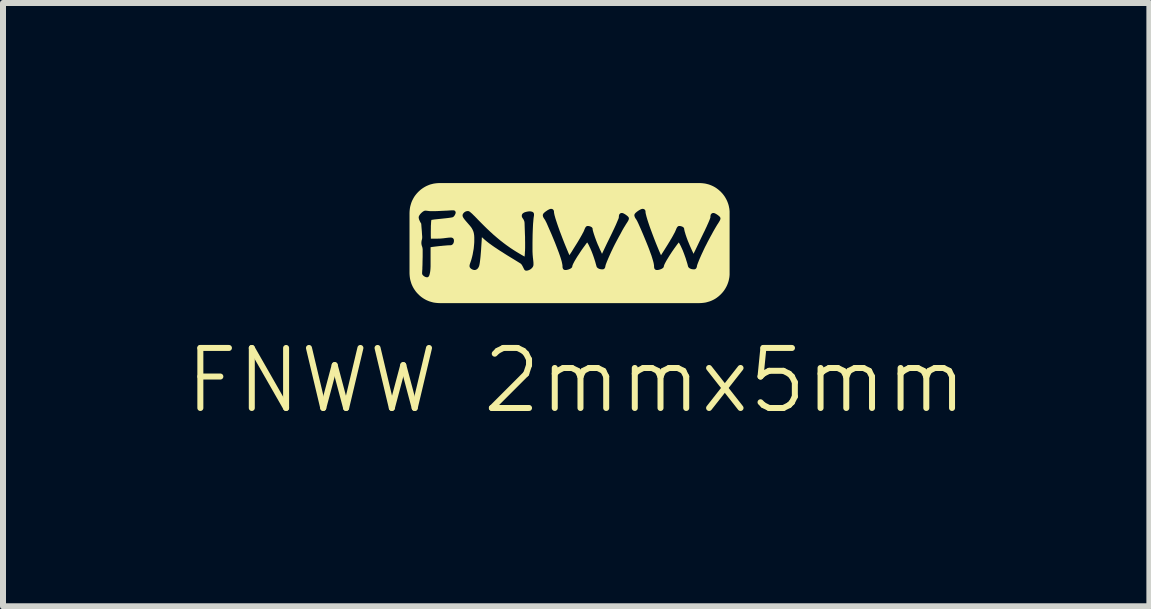
<source format=kicad_pcb>
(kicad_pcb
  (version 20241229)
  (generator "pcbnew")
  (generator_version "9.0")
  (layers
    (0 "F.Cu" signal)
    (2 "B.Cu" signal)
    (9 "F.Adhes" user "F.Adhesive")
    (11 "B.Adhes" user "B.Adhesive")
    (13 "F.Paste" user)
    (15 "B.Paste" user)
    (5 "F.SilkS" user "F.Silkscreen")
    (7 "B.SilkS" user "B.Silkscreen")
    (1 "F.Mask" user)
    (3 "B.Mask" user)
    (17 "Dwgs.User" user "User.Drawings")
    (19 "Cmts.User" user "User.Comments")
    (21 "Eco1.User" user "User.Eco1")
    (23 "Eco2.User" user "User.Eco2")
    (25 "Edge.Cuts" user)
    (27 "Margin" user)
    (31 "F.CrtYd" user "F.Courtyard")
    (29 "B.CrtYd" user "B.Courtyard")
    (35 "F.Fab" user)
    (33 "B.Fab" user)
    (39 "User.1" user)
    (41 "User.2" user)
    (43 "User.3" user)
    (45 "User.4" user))
  (footprint "FNWW 2mmx5mm"
    (layer "F.Cu")
    (at 6.49 2.25)
    (property "Reference" "FNWW 2mmx5mm" (at 0.06 1.04 0) (unlocked yes) (layer "F.SilkS") (effects (font (size 1 1) (thickness 0.1))))
    (fp_poly (pts (xy 2.142 -2.249) (xy 2.167 -2.247) (xy 2.192 -2.244) (xy 2.217 -2.24) (xy 2.241 -2.234) (xy 2.265 -2.228) (xy 2.288 -2.22) (xy 2.311 -2.211) (xy 2.333 -2.201) (xy 2.355 -2.19) (xy 2.376 -2.178) (xy 2.396 -2.165) (xy 2.415 -2.151) (xy 2.434 -2.136) (xy 2.452 -2.12) (xy 2.47 -2.104) (xy 2.486 -2.086) (xy 2.502 -2.068) (xy 2.517 -2.049) (xy 2.531 -2.03) (xy 2.544 -2.009) (xy 2.556 -1.988) (xy 2.567 -1.967) (xy 2.577 -1.945) (xy 2.586 -1.922) (xy 2.594 -1.899) (xy 2.601 -1.875) (xy 2.606 -1.851) (xy 2.611 -1.826) (xy 2.614 -1.801) (xy 2.616 -1.776) (xy 2.616 -1.75) (xy 2.616 -0.75) (xy 2.616 -0.724) (xy 2.614 -0.699) (xy 2.611 -0.674) (xy 2.606 -0.649) (xy 2.601 -0.625) (xy 2.594 -0.601) (xy 2.586 -0.578) (xy 2.577 -0.555) (xy 2.567 -0.533) (xy 2.556 -0.512) (xy 2.544 -0.491) (xy 2.531 -0.471) (xy 2.517 -0.451) (xy 2.502 -0.432) (xy 2.486 -0.414) (xy 2.47 -0.397) (xy 2.452 -0.38) (xy 2.434 -0.364) (xy 2.415 -0.349) (xy 2.396 -0.335) (xy 2.376 -0.322) (xy 2.355 -0.31) (xy 2.333 -0.299) (xy 2.311 -0.289) (xy 2.288 -0.28) (xy 2.265 -0.273) (xy 2.241 -0.266) (xy 2.217 -0.26) (xy 2.192 -0.256) (xy 2.167 -0.253) (xy 2.142 -0.251) (xy 2.116 -0.25) (xy -2.217 -0.25) (xy -2.243 -0.251) (xy -2.268 -0.253) (xy -2.293 -0.256) (xy -2.318 -0.26) (xy -2.342 -0.266) (xy -2.366 -0.273) (xy -2.389 -0.28) (xy -2.411 -0.289) (xy -2.434 -0.299) (xy -2.455 -0.31) (xy -2.476 -0.322) (xy -2.496 -0.335) (xy -2.516 -0.349) (xy -2.535 -0.364) (xy -2.553 -0.38) (xy -2.57 -0.397) (xy -2.587 -0.414) (xy -2.603 -0.432) (xy -2.618 -0.451) (xy -2.632 -0.471) (xy -2.645 -0.491) (xy -2.657 -0.512) (xy -2.668 -0.533) (xy -2.678 -0.555) (xy -2.687 -0.578) (xy -2.694 -0.601) (xy -2.701 -0.625) (xy -2.707 -0.649) (xy -2.711 -0.674) (xy -2.714 -0.699) (xy -2.716 -0.724) (xy -2.717 -0.75) (xy -2.717 -1.68) (xy -2.564 -1.68) (xy -2.564 -1.677) (xy -2.564 -1.674) (xy -2.564 -1.671) (xy -2.563 -1.668) (xy -2.563 -1.665) (xy -2.562 -1.662) (xy -2.562 -1.659) (xy -2.561 -1.656) (xy -2.56 -1.652) (xy -2.559 -1.649) (xy -2.558 -1.645) (xy -2.557 -1.641) (xy -2.555 -1.638) (xy -2.554 -1.634) (xy -2.552 -1.63) (xy -2.55 -1.626) (xy -2.547 -1.619) (xy -2.544 -1.613) (xy -2.541 -1.606) (xy -2.537 -1.6) (xy -2.534 -1.593) (xy -2.53 -1.586) (xy -2.526 -1.58) (xy -2.522 -1.573) (xy -2.52 -1.548) (xy -2.518 -1.519) (xy -2.515 -1.483) (xy -2.512 -1.449) (xy -2.51 -1.416) (xy -2.508 -1.386) (xy -2.507 -1.374) (xy -2.506 -1.364) (xy -2.506 -1.356) (xy -2.506 -1.35) (xy -2.506 -1.344) (xy -2.506 -1.338) (xy -2.506 -1.333) (xy -2.507 -1.327) (xy -2.508 -1.322) (xy -2.509 -1.317) (xy -2.51 -1.312) (xy -2.511 -1.307) (xy -2.513 -1.3) (xy -2.515 -1.294) (xy -2.516 -1.287) (xy -2.517 -1.281) (xy -2.518 -1.274) (xy -2.519 -1.267) (xy -2.519 -1.26) (xy -2.519 -1.252) (xy -2.519 -1.248) (xy -2.519 -1.243) (xy -2.519 -1.239) (xy -2.518 -1.235) (xy -2.518 -1.23) (xy -2.517 -1.226) (xy -2.516 -1.223) (xy -2.515 -1.219) (xy -2.515 -1.216) (xy -2.514 -1.212) (xy -2.513 -1.209) (xy -2.512 -1.206) (xy -2.511 -1.202) (xy -2.51 -1.199) (xy -2.509 -1.196) (xy -2.507 -1.192) (xy -2.506 -1.189) (xy -2.505 -1.186) (xy -2.505 -1.183) (xy -2.504 -1.18) (xy -2.503 -1.177) (xy -2.502 -1.174) (xy -2.501 -1.17) (xy -2.501 -1.167) (xy -2.5 -1.163) (xy -2.5 -1.159) (xy -2.499 -1.154) (xy -2.499 -1.15) (xy -2.498 -1.145) (xy -2.498 -1.139) (xy -2.498 -1.134) (xy -2.498 -1.128) (xy -2.498 -1.027) (xy -2.5 -0.948) (xy -2.501 -0.888) (xy -2.503 -0.841) (xy -2.503 -0.823) (xy -2.504 -0.807) (xy -2.505 -0.794) (xy -2.506 -0.783) (xy -2.506 -0.773) (xy -2.507 -0.763) (xy -2.507 -0.754) (xy -2.507 -0.745) (xy -2.507 -0.743) (xy -2.507 -0.741) (xy -2.507 -0.739) (xy -2.506 -0.737) (xy -2.506 -0.735) (xy -2.505 -0.733) (xy -2.505 -0.732) (xy -2.504 -0.73) (xy -2.503 -0.728) (xy -2.502 -0.726) (xy -2.501 -0.724) (xy -2.5 -0.722) (xy -2.499 -0.72) (xy -2.497 -0.718) (xy -2.496 -0.717) (xy -2.494 -0.715) (xy -2.492 -0.713) (xy -2.49 -0.711) (xy -2.488 -0.708) (xy -2.485 -0.706) (xy -2.483 -0.704) (xy -2.48 -0.702) (xy -2.478 -0.7) (xy -2.475 -0.698) (xy -2.472 -0.696) (xy -2.469 -0.694) (xy -2.466 -0.693) (xy -2.463 -0.691) (xy -2.46 -0.689) (xy -2.457 -0.688) (xy -2.454 -0.687) (xy -2.451 -0.685) (xy -2.447 -0.684) (xy -2.443 -0.683) (xy -2.44 -0.682) (xy -2.437 -0.681) (xy -2.433 -0.681) (xy -2.43 -0.68) (xy -2.429 -0.68) (xy -2.427 -0.68) (xy -2.426 -0.68) (xy -2.425 -0.68) (xy -2.422 -0.68) (xy -2.419 -0.68) (xy -2.417 -0.681) (xy -2.415 -0.681) (xy -2.414 -0.682) (xy -2.413 -0.682) (xy -2.411 -0.683) (xy -2.41 -0.683) (xy -2.409 -0.684) (xy -2.408 -0.685) (xy -2.406 -0.686) (xy -2.405 -0.687) (xy -2.404 -0.688) (xy -2.402 -0.689) (xy -2.401 -0.69) (xy -2.4 -0.691) (xy -2.399 -0.693) (xy -2.397 -0.694) (xy -2.396 -0.696) (xy -2.395 -0.697) (xy -2.394 -0.699) (xy -2.393 -0.701) (xy -2.392 -0.703) (xy -2.391 -0.705) (xy -2.39 -0.707) (xy -2.389 -0.709) (xy -2.388 -0.711) (xy -2.387 -0.713) (xy -2.386 -0.716) (xy -2.384 -0.722) (xy -2.383 -0.727) (xy -2.381 -0.734) (xy -2.38 -0.74) (xy -2.378 -0.746) (xy -2.377 -0.753) (xy -2.375 -0.76) (xy -2.374 -0.767) (xy -2.373 -0.774) (xy -2.372 -0.781) (xy -2.371 -0.789) (xy -2.37 -0.796) (xy -2.37 -0.803) (xy -2.369 -0.81) (xy -2.368 -0.817) (xy -2.368 -0.824) (xy -2.367 -0.837) (xy -2.367 -0.848) (xy -2.366 -0.858) (xy -2.366 -0.865) (xy -2.366 -1.181) (xy -2.355 -1.183) (xy -2.342 -1.185) (xy -2.327 -1.187) (xy -2.311 -1.189) (xy -2.287 -1.192) (xy -2.262 -1.195) (xy -2.236 -1.198) (xy -2.21 -1.201) (xy -2.183 -1.203) (xy -2.158 -1.206) (xy -2.132 -1.208) (xy -2.108 -1.21) (xy -2.085 -1.212) (xy -2.066 -1.213) (xy -2.049 -1.214) (xy -2.035 -1.214) (xy -2.032 -1.214) (xy -2.029 -1.215) (xy -2.026 -1.215) (xy -2.023 -1.216) (xy -2.02 -1.216) (xy -2.017 -1.217) (xy -2.014 -1.219) (xy -2.011 -1.22) (xy -2.009 -1.221) (xy -2.006 -1.223) (xy -2.004 -1.225) (xy -2.001 -1.227) (xy -1.999 -1.23) (xy -1.996 -1.232) (xy -1.994 -1.235) (xy -1.992 -1.238) (xy -1.99 -1.24) (xy -1.988 -1.243) (xy -1.987 -1.245) (xy -1.985 -1.248) (xy -1.984 -1.251) (xy -1.983 -1.254) (xy -1.982 -1.257) (xy -1.981 -1.261) (xy -1.98 -1.264) (xy -1.979 -1.267) (xy -1.978 -1.271) (xy -1.978 -1.275) (xy -1.977 -1.279) (xy -1.977 -1.283) (xy -1.977 -1.287) (xy -1.977 -1.291) (xy -1.977 -1.294) (xy -1.977 -1.297) (xy -1.977 -1.3) (xy -1.978 -1.303) (xy -1.978 -1.305) (xy -1.979 -1.308) (xy -1.98 -1.31) (xy -1.98 -1.313) (xy -1.981 -1.315) (xy -1.982 -1.317) (xy -1.984 -1.319) (xy -1.985 -1.321) (xy -1.986 -1.323) (xy -1.987 -1.325) (xy -1.989 -1.326) (xy -1.99 -1.328) (xy -1.992 -1.33) (xy -1.994 -1.331) (xy -1.995 -1.332) (xy -1.997 -1.334) (xy -1.999 -1.335) (xy -2.001 -1.336) (xy -2.004 -1.337) (xy -2.006 -1.338) (xy -2.008 -1.339) (xy -2.011 -1.34) (xy -2.013 -1.34) (xy -2.016 -1.341) (xy -2.019 -1.341) (xy -2.022 -1.342) (xy -2.025 -1.342) (xy -2.028 -1.342) (xy -2.037 -1.342) (xy -2.048 -1.341) (xy -2.059 -1.341) (xy -2.071 -1.34) (xy -2.084 -1.338) (xy -2.098 -1.337) (xy -2.112 -1.335) (xy -2.128 -1.333) (xy -2.143 -1.331) (xy -2.159 -1.329) (xy -2.175 -1.328) (xy -2.192 -1.326) (xy -2.209 -1.325) (xy -2.227 -1.325) (xy -2.245 -1.324) (xy -2.264 -1.324) (xy -2.361 -1.324) (xy -2.361 -1.334) (xy -2.361 -1.344) (xy -2.361 -1.354) (xy -2.362 -1.363) (xy -2.362 -1.373) (xy -2.362 -1.384) (xy -2.362 -1.446) (xy -2.361 -1.507) (xy -2.361 -1.537) (xy -2.359 -1.564) (xy -2.358 -1.59) (xy -2.357 -1.602) (xy -2.356 -1.613) (xy -2.356 -1.617) (xy -2.355 -1.62) (xy -2.355 -1.623) (xy -2.354 -1.627) (xy -2.353 -1.632) (xy -2.352 -1.636) (xy -2.346 -1.637) (xy -2.339 -1.638) (xy -2.324 -1.64) (xy -2.307 -1.643) (xy -2.288 -1.645) (xy -2.192 -1.655) (xy -2.091 -1.666) (xy -2.067 -1.669) (xy -2.045 -1.672) (xy -2.024 -1.675) (xy -2.005 -1.679) (xy -2.005 -1.679) (xy -2.003 -1.679) (xy -2.002 -1.68) (xy -2 -1.68) (xy -1.998 -1.681) (xy -1.997 -1.681) (xy -1.995 -1.682) (xy -1.993 -1.683) (xy -1.992 -1.684) (xy -1.99 -1.685) (xy -1.988 -1.686) (xy -1.987 -1.687) (xy -1.985 -1.688) (xy -1.984 -1.69) (xy -1.982 -1.691) (xy -1.981 -1.692) (xy -1.979 -1.694) (xy -1.977 -1.696) (xy -1.975 -1.699) (xy -1.973 -1.701) (xy -1.971 -1.703) (xy -1.969 -1.706) (xy -1.968 -1.709) (xy -1.966 -1.711) (xy -1.965 -1.712) (xy -1.833 -1.712) (xy -1.833 -1.71) (xy -1.833 -1.709) (xy -1.833 -1.707) (xy -1.833 -1.705) (xy -1.833 -1.704) (xy -1.832 -1.702) (xy -1.832 -1.701) (xy -1.832 -1.699) (xy -1.831 -1.698) (xy -1.831 -1.696) (xy -1.831 -1.694) (xy -1.83 -1.693) (xy -1.83 -1.691) (xy -1.829 -1.689) (xy -1.828 -1.688) (xy -1.828 -1.686) (xy -1.827 -1.685) (xy -1.826 -1.683) (xy -1.825 -1.68) (xy -1.823 -1.677) (xy -1.821 -1.674) (xy -1.819 -1.67) (xy -1.816 -1.665) (xy -1.813 -1.661) (xy -1.809 -1.656) (xy -1.806 -1.652) (xy -1.803 -1.647) (xy -1.799 -1.642) (xy -1.794 -1.636) (xy -1.79 -1.631) (xy -1.785 -1.625) (xy -1.779 -1.618) (xy -1.774 -1.612) (xy -1.747 -1.581) (xy -1.713 -1.542) (xy -1.713 -1.542) (xy -1.713 -1.542) (xy -1.713 -1.542) (xy -1.713 -1.542) (xy -1.713 -1.542) (xy -1.713 -1.542) (xy -1.713 -1.542) (xy -1.708 -1.536) (xy -1.704 -1.53) (xy -1.699 -1.524) (xy -1.694 -1.519) (xy -1.69 -1.513) (xy -1.686 -1.507) (xy -1.682 -1.501) (xy -1.678 -1.495) (xy -1.675 -1.489) (xy -1.672 -1.483) (xy -1.668 -1.477) (xy -1.665 -1.471) (xy -1.663 -1.465) (xy -1.66 -1.459) (xy -1.657 -1.453) (xy -1.655 -1.447) (xy -1.653 -1.441) (xy -1.651 -1.435) (xy -1.649 -1.428) (xy -1.647 -1.421) (xy -1.646 -1.414) (xy -1.644 -1.407) (xy -1.643 -1.4) (xy -1.642 -1.392) (xy -1.641 -1.385) (xy -1.64 -1.377) (xy -1.639 -1.369) (xy -1.639 -1.361) (xy -1.638 -1.344) (xy -1.638 -1.326) (xy -1.638 -1.3) (xy -1.638 -1.275) (xy -1.639 -1.251) (xy -1.641 -1.228) (xy -1.643 -1.205) (xy -1.645 -1.184) (xy -1.647 -1.163) (xy -1.65 -1.143) (xy -1.657 -1.106) (xy -1.663 -1.071) (xy -1.666 -1.055) (xy -1.67 -1.039) (xy -1.673 -1.025) (xy -1.677 -1.011) (xy -1.68 -0.998) (xy -1.684 -0.985) (xy -1.687 -0.974) (xy -1.69 -0.963) (xy -1.694 -0.952) (xy -1.697 -0.943) (xy -1.7 -0.934) (xy -1.703 -0.925) (xy -1.707 -0.916) (xy -1.709 -0.907) (xy -1.712 -0.899) (xy -1.714 -0.892) (xy -1.715 -0.885) (xy -1.717 -0.879) (xy -1.717 -0.876) (xy -1.717 -0.873) (xy -1.717 -0.871) (xy -1.717 -0.868) (xy -1.717 -0.866) (xy -1.717 -0.864) (xy -1.717 -0.862) (xy -1.717 -0.86) (xy -1.716 -0.858) (xy -1.716 -0.856) (xy -1.715 -0.854) (xy -1.714 -0.852) (xy -1.714 -0.85) (xy -1.713 -0.848) (xy -1.712 -0.846) (xy -1.711 -0.844) (xy -1.709 -0.842) (xy -1.708 -0.84) (xy -1.707 -0.838) (xy -1.705 -0.836) (xy -1.704 -0.835) (xy -1.703 -0.834) (xy -1.702 -0.833) (xy -1.701 -0.831) (xy -1.7 -0.83) (xy -1.698 -0.829) (xy -1.697 -0.828) (xy -1.696 -0.827) (xy -1.694 -0.825) (xy -1.693 -0.824) (xy -1.692 -0.823) (xy -1.69 -0.822) (xy -1.689 -0.821) (xy -1.687 -0.82) (xy -1.686 -0.819) (xy -1.684 -0.818) (xy -1.682 -0.817) (xy -1.681 -0.816) (xy -1.679 -0.815) (xy -1.678 -0.814) (xy -1.676 -0.813) (xy -1.674 -0.812) (xy -1.673 -0.811) (xy -1.671 -0.811) (xy -1.669 -0.81) (xy -1.667 -0.809) (xy -1.666 -0.808) (xy -1.664 -0.808) (xy -1.662 -0.807) (xy -1.66 -0.807) (xy -1.659 -0.806) (xy -1.657 -0.805) (xy -1.653 -0.804) (xy -1.65 -0.804) (xy -1.646 -0.803) (xy -1.643 -0.802) (xy -1.64 -0.802) (xy -1.637 -0.802) (xy -1.635 -0.801) (xy -1.632 -0.801) (xy -1.629 -0.802) (xy -1.625 -0.802) (xy -1.622 -0.802) (xy -1.619 -0.803) (xy -1.616 -0.804) (xy -1.612 -0.805) (xy -1.609 -0.806) (xy -1.606 -0.807) (xy -1.603 -0.809) (xy -1.6 -0.811) (xy -1.597 -0.813) (xy -1.593 -0.815) (xy -1.59 -0.817) (xy -1.587 -0.82) (xy -1.584 -0.823) (xy -1.581 -0.826) (xy -1.579 -0.829) (xy -1.576 -0.832) (xy -1.574 -0.835) (xy -1.572 -0.838) (xy -1.57 -0.841) (xy -1.568 -0.845) (xy -1.566 -0.849) (xy -1.564 -0.853) (xy -1.562 -0.857) (xy -1.56 -0.861) (xy -1.558 -0.866) (xy -1.557 -0.871) (xy -1.555 -0.875) (xy -1.554 -0.88) (xy -1.553 -0.886) (xy -1.552 -0.891) (xy -1.551 -0.891) (xy -1.551 -0.892) (xy -1.551 -0.892) (xy -1.549 -0.906) (xy -1.546 -0.922) (xy -1.544 -0.938) (xy -1.542 -0.954) (xy -1.54 -0.97) (xy -1.538 -0.988) (xy -1.536 -1.005) (xy -1.534 -1.023) (xy -1.531 -1.059) (xy -1.528 -1.095) (xy -1.525 -1.131) (xy -1.523 -1.167) (xy -1.514 -1.299) (xy -1.513 -1.325) (xy -1.512 -1.337) (xy -1.511 -1.348) (xy -1.505 -1.343) (xy -1.5 -1.338) (xy -1.494 -1.333) (xy -1.489 -1.328) (xy -1.482 -1.322) (xy -1.475 -1.315) (xy -1.467 -1.309) (xy -1.46 -1.302) (xy -1.452 -1.296) (xy -1.444 -1.289) (xy -1.427 -1.275) (xy -1.418 -1.268) (xy -1.409 -1.261) (xy -1.39 -1.246) (xy -1.369 -1.231) (xy -1.347 -1.215) (xy -1.323 -1.198) (xy -1.297 -1.18) (xy -1.268 -1.161) (xy -1.237 -1.14) (xy -1.203 -1.118) (xy -1.166 -1.095) (xy -1.126 -1.069) (xy -1.083 -1.042) (xy -0.986 -0.983) (xy -0.874 -0.914) (xy -0.871 -0.912) (xy -0.869 -0.911) (xy -0.867 -0.909) (xy -0.865 -0.908) (xy -0.863 -0.906) (xy -0.861 -0.904) (xy -0.859 -0.903) (xy -0.858 -0.901) (xy -0.856 -0.899) (xy -0.854 -0.897) (xy -0.853 -0.895) (xy -0.851 -0.894) (xy -0.85 -0.892) (xy -0.848 -0.89) (xy -0.847 -0.888) (xy -0.845 -0.886) (xy -0.842 -0.881) (xy -0.84 -0.876) (xy -0.837 -0.871) (xy -0.834 -0.866) (xy -0.832 -0.862) (xy -0.829 -0.857) (xy -0.827 -0.853) (xy -0.825 -0.848) (xy -0.816 -0.831) (xy -0.809 -0.816) (xy -0.808 -0.814) (xy -0.807 -0.813) (xy -0.806 -0.811) (xy -0.805 -0.809) (xy -0.804 -0.808) (xy -0.803 -0.807) (xy -0.802 -0.805) (xy -0.801 -0.804) (xy -0.8 -0.803) (xy -0.799 -0.802) (xy -0.798 -0.801) (xy -0.797 -0.8) (xy -0.796 -0.799) (xy -0.794 -0.798) (xy -0.793 -0.797) (xy -0.792 -0.796) (xy -0.783 -0.792) (xy -0.773 -0.79) (xy -0.771 -0.79) (xy -0.77 -0.79) (xy -0.766 -0.791) (xy -0.762 -0.791) (xy -0.758 -0.792) (xy -0.754 -0.792) (xy -0.75 -0.793) (xy -0.745 -0.795) (xy -0.74 -0.796) (xy -0.735 -0.797) (xy -0.73 -0.799) (xy -0.725 -0.801) (xy -0.72 -0.803) (xy -0.716 -0.806) (xy -0.711 -0.808) (xy -0.706 -0.811) (xy -0.701 -0.814) (xy -0.699 -0.815) (xy -0.697 -0.817) (xy -0.694 -0.819) (xy -0.692 -0.821) (xy -0.69 -0.822) (xy -0.688 -0.824) (xy -0.686 -0.826) (xy -0.684 -0.828) (xy -0.682 -0.83) (xy -0.68 -0.832) (xy -0.678 -0.834) (xy -0.676 -0.836) (xy -0.674 -0.839) (xy -0.672 -0.841) (xy -0.67 -0.843) (xy -0.668 -0.845) (xy -0.666 -0.848) (xy -0.664 -0.851) (xy -0.662 -0.854) (xy -0.661 -0.857) (xy -0.659 -0.86) (xy -0.658 -0.863) (xy -0.657 -0.866) (xy -0.656 -0.869) (xy -0.655 -0.872) (xy -0.654 -0.875) (xy -0.653 -0.879) (xy -0.653 -0.882) (xy -0.652 -0.885) (xy -0.652 -0.889) (xy -0.652 -0.892) (xy -0.652 -0.896) (xy -0.652 -0.902) (xy -0.652 -0.907) (xy -0.652 -0.913) (xy -0.652 -0.919) (xy -0.652 -0.926) (xy -0.653 -0.932) (xy -0.653 -0.938) (xy -0.654 -0.944) (xy -0.655 -0.957) (xy -0.657 -0.97) (xy -0.658 -0.985) (xy -0.66 -1) (xy -0.662 -1.016) (xy -0.663 -1.033) (xy -0.665 -1.051) (xy -0.666 -1.07) (xy -0.667 -1.091) (xy -0.668 -1.114) (xy -0.668 -1.138) (xy -0.668 -1.164) (xy -0.668 -1.249) (xy -0.667 -1.325) (xy -0.666 -1.391) (xy -0.664 -1.448) (xy -0.662 -1.497) (xy -0.66 -1.54) (xy -0.658 -1.577) (xy -0.655 -1.608) (xy -0.653 -1.634) (xy -0.651 -1.655) (xy -0.649 -1.672) (xy -0.647 -1.686) (xy -0.646 -1.692) (xy -0.645 -1.697) (xy -0.644 -1.703) (xy -0.644 -1.708) (xy -0.643 -1.712) (xy -0.643 -1.715) (xy -0.496 -1.715) (xy -0.496 -1.711) (xy -0.496 -1.708) (xy -0.495 -1.705) (xy -0.495 -1.701) (xy -0.494 -1.698) (xy -0.493 -1.694) (xy -0.492 -1.69) (xy -0.49 -1.686) (xy -0.489 -1.683) (xy -0.487 -1.679) (xy -0.485 -1.675) (xy -0.483 -1.671) (xy -0.481 -1.667) (xy -0.478 -1.663) (xy -0.475 -1.659) (xy -0.472 -1.654) (xy -0.47 -1.651) (xy -0.467 -1.648) (xy -0.465 -1.644) (xy -0.463 -1.64) (xy -0.457 -1.631) (xy -0.452 -1.622) (xy -0.447 -1.611) (xy -0.441 -1.6) (xy -0.435 -1.588) (xy -0.429 -1.575) (xy -0.429 -1.575) (xy -0.429 -1.575) (xy -0.389 -1.483) (xy -0.352 -1.399) (xy -0.32 -1.322) (xy -0.292 -1.254) (xy -0.268 -1.192) (xy -0.247 -1.137) (xy -0.228 -1.087) (xy -0.213 -1.044) (xy -0.2 -1.006) (xy -0.195 -0.989) (xy -0.19 -0.973) (xy -0.186 -0.959) (xy -0.182 -0.945) (xy -0.179 -0.933) (xy -0.177 -0.922) (xy -0.175 -0.913) (xy -0.173 -0.904) (xy -0.172 -0.896) (xy -0.17 -0.888) (xy -0.169 -0.882) (xy -0.169 -0.875) (xy -0.168 -0.87) (xy -0.168 -0.865) (xy -0.168 -0.86) (xy -0.168 -0.856) (xy -0.168 -0.851) (xy -0.167 -0.847) (xy -0.167 -0.843) (xy -0.166 -0.84) (xy -0.165 -0.836) (xy -0.164 -0.833) (xy -0.163 -0.83) (xy -0.162 -0.827) (xy -0.161 -0.825) (xy -0.16 -0.823) (xy -0.159 -0.821) (xy -0.158 -0.819) (xy -0.157 -0.817) (xy -0.155 -0.816) (xy -0.154 -0.814) (xy -0.152 -0.813) (xy -0.15 -0.811) (xy -0.149 -0.81) (xy -0.147 -0.809) (xy -0.144 -0.807) (xy -0.142 -0.806) (xy -0.14 -0.805) (xy -0.138 -0.804) (xy -0.135 -0.804) (xy -0.132 -0.803) (xy -0.13 -0.802) (xy -0.127 -0.802) (xy -0.124 -0.802) (xy -0.121 -0.801) (xy -0.117 -0.801) (xy -0.115 -0.801) (xy -0.112 -0.802) (xy -0.108 -0.802) (xy -0.105 -0.802) (xy -0.101 -0.803) (xy -0.097 -0.803) (xy -0.093 -0.804) (xy -0.089 -0.805) (xy -0.084 -0.806) (xy -0.08 -0.807) (xy -0.076 -0.808) (xy -0.072 -0.809) (xy -0.068 -0.811) (xy -0.064 -0.812) (xy -0.06 -0.813) (xy -0.056 -0.815) (xy -0.052 -0.817) (xy -0.048 -0.818) (xy -0.044 -0.82) (xy -0.04 -0.822) (xy -0.037 -0.824) (xy -0.033 -0.826) (xy -0.03 -0.828) (xy -0.027 -0.83) (xy -0.024 -0.832) (xy -0.022 -0.834) (xy -0.02 -0.835) (xy -0.018 -0.837) (xy -0.016 -0.839) (xy -0.015 -0.841) (xy -0.013 -0.843) (xy -0.012 -0.844) (xy -0.01 -0.846) (xy -0.009 -0.848) (xy -0.008 -0.85) (xy -0.008 -0.852) (xy -0.007 -0.854) (xy -0.006 -0.856) (xy -0.006 -0.858) (xy -0.005 -0.86) (xy -0.005 -0.86) (xy -0.005 -0.86) (xy -0.005 -0.86) (xy -0.005 -0.861) (xy -0.005 -0.861) (xy -0.005 -0.861) (xy -0.005 -0.861) (xy -0.005 -0.862) (xy -0.005 -0.864) (xy -0.004 -0.866) (xy -0.004 -0.868) (xy -0.004 -0.87) (xy -0.003 -0.872) (xy -0.002 -0.874) (xy -0.002 -0.877) (xy -0.001 -0.879) (xy 0.000144 -0.882) (xy 0.001 -0.884) (xy 0.003 -0.89) (xy 0.006 -0.896) (xy 0.009 -0.902) (xy 0.012 -0.91) (xy 0.016 -0.917) (xy 0.02 -0.925) (xy 0.025 -0.934) (xy 0.029 -0.942) (xy 0.034 -0.951) (xy 0.039 -0.96) (xy 0.045 -0.969) (xy 0.056 -0.988) (xy 0.068 -1.008) (xy 0.081 -1.029) (xy 0.095 -1.05) (xy 0.109 -1.071) (xy 0.123 -1.093) (xy 0.137 -1.114) (xy 0.151 -1.135) (xy 0.166 -1.156) (xy 0.18 -1.176) (xy 0.195 -1.196) (xy 0.209 -1.215) (xy 0.226 -1.239) (xy 0.243 -1.26) (xy 0.247 -1.255) (xy 0.251 -1.249) (xy 0.255 -1.242) (xy 0.259 -1.236) (xy 0.263 -1.228) (xy 0.267 -1.221) (xy 0.271 -1.213) (xy 0.275 -1.205) (xy 0.281 -1.191) (xy 0.288 -1.177) (xy 0.295 -1.163) (xy 0.301 -1.148) (xy 0.307 -1.134) (xy 0.314 -1.119) (xy 0.32 -1.103) (xy 0.326 -1.088) (xy 0.338 -1.056) (xy 0.349 -1.025) (xy 0.359 -0.995) (xy 0.369 -0.964) (xy 0.378 -0.936) (xy 0.385 -0.91) (xy 0.391 -0.888) (xy 0.397 -0.868) (xy 0.397 -0.866) (xy 0.398 -0.863) (xy 0.399 -0.861) (xy 0.4 -0.858) (xy 0.401 -0.856) (xy 0.402 -0.854) (xy 0.403 -0.852) (xy 0.404 -0.849) (xy 0.406 -0.847) (xy 0.407 -0.845) (xy 0.409 -0.844) (xy 0.411 -0.842) (xy 0.412 -0.84) (xy 0.414 -0.838) (xy 0.416 -0.836) (xy 0.418 -0.835) (xy 0.42 -0.833) (xy 0.422 -0.832) (xy 0.423 -0.831) (xy 0.425 -0.83) (xy 0.427 -0.829) (xy 0.429 -0.828) (xy 0.431 -0.827) (xy 0.433 -0.826) (xy 0.434 -0.825) (xy 0.436 -0.824) (xy 0.438 -0.823) (xy 0.44 -0.822) (xy 0.442 -0.821) (xy 0.444 -0.821) (xy 0.446 -0.82) (xy 0.448 -0.819) (xy 0.452 -0.818) (xy 0.456 -0.817) (xy 0.46 -0.816) (xy 0.464 -0.815) (xy 0.468 -0.815) (xy 0.471 -0.814) (xy 0.475 -0.814) (xy 0.479 -0.813) (xy 0.486 -0.813) (xy 0.491 -0.813) (xy 0.497 -0.813) (xy 0.501 -0.813) (xy 0.503 -0.813) (xy 0.505 -0.813) (xy 0.507 -0.813) (xy 0.509 -0.813) (xy 0.511 -0.814) (xy 0.513 -0.814) (xy 0.515 -0.815) (xy 0.516 -0.816) (xy 0.518 -0.817) (xy 0.52 -0.817) (xy 0.522 -0.819) (xy 0.524 -0.82) (xy 0.525 -0.821) (xy 0.527 -0.822) (xy 0.529 -0.824) (xy 0.53 -0.825) (xy 0.532 -0.827) (xy 0.533 -0.829) (xy 0.534 -0.831) (xy 0.536 -0.833) (xy 0.537 -0.835) (xy 0.538 -0.838) (xy 0.54 -0.84) (xy 0.541 -0.843) (xy 0.542 -0.846) (xy 0.543 -0.848) (xy 0.544 -0.851) (xy 0.544 -0.855) (xy 0.545 -0.858) (xy 0.546 -0.861) (xy 0.546 -0.865) (xy 0.547 -0.869) (xy 0.547 -0.871) (xy 0.548 -0.874) (xy 0.549 -0.876) (xy 0.55 -0.88) (xy 0.552 -0.887) (xy 0.554 -0.895) (xy 0.558 -0.904) (xy 0.561 -0.914) (xy 0.566 -0.925) (xy 0.57 -0.937) (xy 0.582 -0.965) (xy 0.595 -0.996) (xy 0.61 -1.03) (xy 0.626 -1.066) (xy 0.643 -1.104) (xy 0.662 -1.143) (xy 0.682 -1.185) (xy 0.703 -1.227) (xy 0.726 -1.271) (xy 0.749 -1.314) (xy 0.772 -1.357) (xy 0.796 -1.4) (xy 0.796 -1.4) (xy 0.814 -1.434) (xy 0.83 -1.464) (xy 0.845 -1.49) (xy 0.859 -1.514) (xy 0.872 -1.534) (xy 0.883 -1.553) (xy 0.893 -1.569) (xy 0.902 -1.583) (xy 0.911 -1.596) (xy 0.914 -1.602) (xy 0.918 -1.608) (xy 0.921 -1.613) (xy 0.924 -1.618) (xy 0.926 -1.622) (xy 0.928 -1.626) (xy 0.929 -1.629) (xy 0.931 -1.631) (xy 0.932 -1.634) (xy 0.933 -1.636) (xy 0.934 -1.638) (xy 0.934 -1.641) (xy 0.935 -1.643) (xy 0.936 -1.645) (xy 0.936 -1.647) (xy 0.937 -1.65) (xy 0.937 -1.652) (xy 0.938 -1.654) (xy 0.938 -1.656) (xy 0.938 -1.658) (xy 0.938 -1.66) (xy 0.938 -1.662) (xy 0.938 -1.664) (xy 0.938 -1.665) (xy 0.938 -1.667) (xy 0.937 -1.669) (xy 0.937 -1.671) (xy 0.936 -1.673) (xy 0.935 -1.675) (xy 0.934 -1.677) (xy 0.933 -1.679) (xy 0.932 -1.681) (xy 0.93 -1.684) (xy 0.928 -1.686) (xy 0.926 -1.688) (xy 0.924 -1.691) (xy 0.922 -1.693) (xy 0.919 -1.696) (xy 0.916 -1.699) (xy 0.912 -1.702) (xy 0.909 -1.705) (xy 0.905 -1.708) (xy 0.901 -1.711) (xy 0.897 -1.714) (xy 0.896 -1.715) (xy 1.029 -1.715) (xy 1.029 -1.711) (xy 1.03 -1.708) (xy 1.03 -1.705) (xy 1.031 -1.701) (xy 1.032 -1.698) (xy 1.033 -1.694) (xy 1.034 -1.69) (xy 1.035 -1.686) (xy 1.037 -1.683) (xy 1.038 -1.679) (xy 1.04 -1.675) (xy 1.043 -1.671) (xy 1.045 -1.667) (xy 1.047 -1.663) (xy 1.05 -1.659) (xy 1.053 -1.654) (xy 1.056 -1.651) (xy 1.058 -1.648) (xy 1.06 -1.644) (xy 1.063 -1.64) (xy 1.068 -1.631) (xy 1.073 -1.622) (xy 1.079 -1.611) (xy 1.084 -1.6) (xy 1.09 -1.588) (xy 1.096 -1.575) (xy 1.096 -1.575) (xy 1.096 -1.575) (xy 1.137 -1.483) (xy 1.173 -1.399) (xy 1.205 -1.322) (xy 1.233 -1.254) (xy 1.258 -1.192) (xy 1.279 -1.137) (xy 1.297 -1.087) (xy 1.313 -1.044) (xy 1.325 -1.006) (xy 1.33 -0.989) (xy 1.335 -0.973) (xy 1.339 -0.959) (xy 1.343 -0.945) (xy 1.346 -0.933) (xy 1.349 -0.922) (xy 1.351 -0.913) (xy 1.352 -0.904) (xy 1.354 -0.896) (xy 1.355 -0.888) (xy 1.356 -0.882) (xy 1.357 -0.875) (xy 1.357 -0.87) (xy 1.357 -0.865) (xy 1.357 -0.86) (xy 1.358 -0.856) (xy 1.358 -0.851) (xy 1.358 -0.847) (xy 1.359 -0.843) (xy 1.36 -0.84) (xy 1.36 -0.836) (xy 1.361 -0.833) (xy 1.362 -0.83) (xy 1.363 -0.827) (xy 1.364 -0.825) (xy 1.365 -0.823) (xy 1.366 -0.821) (xy 1.368 -0.819) (xy 1.369 -0.817) (xy 1.37 -0.816) (xy 1.372 -0.814) (xy 1.373 -0.813) (xy 1.375 -0.811) (xy 1.377 -0.81) (xy 1.379 -0.809) (xy 1.381 -0.807) (xy 1.383 -0.806) (xy 1.385 -0.805) (xy 1.388 -0.804) (xy 1.39 -0.804) (xy 1.393 -0.803) (xy 1.396 -0.802) (xy 1.399 -0.802) (xy 1.402 -0.802) (xy 1.405 -0.801) (xy 1.408 -0.801) (xy 1.411 -0.801) (xy 1.414 -0.802) (xy 1.417 -0.802) (xy 1.421 -0.802) (xy 1.424 -0.803) (xy 1.428 -0.803) (xy 1.432 -0.804) (xy 1.437 -0.805) (xy 1.441 -0.806) (xy 1.445 -0.807) (xy 1.449 -0.808) (xy 1.453 -0.809) (xy 1.457 -0.811) (xy 1.462 -0.812) (xy 1.466 -0.813) (xy 1.47 -0.815) (xy 1.474 -0.817) (xy 1.478 -0.818) (xy 1.482 -0.82) (xy 1.485 -0.822) (xy 1.489 -0.824) (xy 1.492 -0.826) (xy 1.496 -0.828) (xy 1.499 -0.83) (xy 1.501 -0.832) (xy 1.503 -0.834) (xy 1.506 -0.835) (xy 1.507 -0.837) (xy 1.509 -0.839) (xy 1.511 -0.841) (xy 1.512 -0.843) (xy 1.514 -0.844) (xy 1.515 -0.846) (xy 1.516 -0.848) (xy 1.517 -0.85) (xy 1.518 -0.852) (xy 1.519 -0.854) (xy 1.519 -0.856) (xy 1.52 -0.858) (xy 1.52 -0.86) (xy 1.52 -0.862) (xy 1.521 -0.864) (xy 1.521 -0.866) (xy 1.521 -0.868) (xy 1.522 -0.87) (xy 1.522 -0.872) (xy 1.523 -0.874) (xy 1.524 -0.877) (xy 1.525 -0.879) (xy 1.526 -0.882) (xy 1.527 -0.884) (xy 1.529 -0.89) (xy 1.531 -0.896) (xy 1.534 -0.902) (xy 1.538 -0.91) (xy 1.542 -0.917) (xy 1.546 -0.925) (xy 1.55 -0.934) (xy 1.555 -0.942) (xy 1.56 -0.951) (xy 1.565 -0.96) (xy 1.57 -0.969) (xy 1.582 -0.988) (xy 1.594 -1.008) (xy 1.607 -1.029) (xy 1.62 -1.05) (xy 1.634 -1.071) (xy 1.648 -1.093) (xy 1.662 -1.114) (xy 1.677 -1.135) (xy 1.691 -1.156) (xy 1.706 -1.176) (xy 1.72 -1.196) (xy 1.734 -1.215) (xy 1.752 -1.239) (xy 1.768 -1.26) (xy 1.772 -1.255) (xy 1.776 -1.249) (xy 1.78 -1.242) (xy 1.784 -1.236) (xy 1.788 -1.228) (xy 1.792 -1.221) (xy 1.796 -1.213) (xy 1.8 -1.205) (xy 1.807 -1.191) (xy 1.813 -1.177) (xy 1.82 -1.163) (xy 1.826 -1.148) (xy 1.833 -1.134) (xy 1.839 -1.119) (xy 1.845 -1.103) (xy 1.851 -1.088) (xy 1.863 -1.056) (xy 1.874 -1.025) (xy 1.885 -0.995) (xy 1.894 -0.964) (xy 1.903 -0.936) (xy 1.911 -0.91) (xy 1.917 -0.888) (xy 1.922 -0.868) (xy 1.923 -0.866) (xy 1.923 -0.863) (xy 1.924 -0.861) (xy 1.925 -0.858) (xy 1.926 -0.856) (xy 1.927 -0.854) (xy 1.928 -0.852) (xy 1.93 -0.849) (xy 1.931 -0.847) (xy 1.933 -0.845) (xy 1.934 -0.844) (xy 1.936 -0.842) (xy 1.938 -0.84) (xy 1.94 -0.838) (xy 1.942 -0.836) (xy 1.944 -0.835) (xy 1.945 -0.833) (xy 1.947 -0.832) (xy 1.949 -0.831) (xy 1.951 -0.83) (xy 1.952 -0.829) (xy 1.954 -0.828) (xy 1.956 -0.827) (xy 1.958 -0.826) (xy 1.96 -0.825) (xy 1.962 -0.824) (xy 1.964 -0.823) (xy 1.966 -0.822) (xy 1.968 -0.821) (xy 1.97 -0.821) (xy 1.972 -0.82) (xy 1.974 -0.819) (xy 1.978 -0.818) (xy 1.981 -0.817) (xy 1.985 -0.816) (xy 1.989 -0.815) (xy 1.993 -0.815) (xy 1.997 -0.814) (xy 2.001 -0.814) (xy 2.005 -0.813) (xy 2.011 -0.813) (xy 2.017 -0.813) (xy 2.022 -0.813) (xy 2.026 -0.813) (xy 2.028 -0.813) (xy 2.03 -0.813) (xy 2.032 -0.813) (xy 2.034 -0.813) (xy 2.036 -0.814) (xy 2.038 -0.814) (xy 2.04 -0.815) (xy 2.042 -0.816) (xy 2.044 -0.817) (xy 2.045 -0.817) (xy 2.047 -0.819) (xy 2.049 -0.82) (xy 2.051 -0.821) (xy 2.052 -0.822) (xy 2.054 -0.824) (xy 2.055 -0.825) (xy 2.057 -0.827) (xy 2.058 -0.829) (xy 2.06 -0.831) (xy 2.061 -0.833) (xy 2.063 -0.835) (xy 2.064 -0.838) (xy 2.065 -0.84) (xy 2.066 -0.843) (xy 2.067 -0.846) (xy 2.068 -0.848) (xy 2.069 -0.851) (xy 2.07 -0.855) (xy 2.071 -0.858) (xy 2.071 -0.861) (xy 2.072 -0.865) (xy 2.072 -0.869) (xy 2.073 -0.871) (xy 2.073 -0.874) (xy 2.074 -0.876) (xy 2.075 -0.88) (xy 2.077 -0.887) (xy 2.08 -0.895) (xy 2.083 -0.904) (xy 2.087 -0.914) (xy 2.091 -0.925) (xy 2.096 -0.937) (xy 2.107 -0.965) (xy 2.12 -0.996) (xy 2.135 -1.03) (xy 2.151 -1.066) (xy 2.169 -1.104) (xy 2.187 -1.143) (xy 2.207 -1.185) (xy 2.229 -1.227) (xy 2.251 -1.271) (xy 2.274 -1.314) (xy 2.297 -1.357) (xy 2.321 -1.4) (xy 2.321 -1.4) (xy 2.321 -1.4) (xy 2.321 -1.4) (xy 2.321 -1.4) (xy 2.321 -1.4) (xy 2.321 -1.4) (xy 2.321 -1.4) (xy 2.321 -1.4) (xy 2.321 -1.4) (xy 2.321 -1.4) (xy 2.321 -1.4) (xy 2.321 -1.4) (xy 2.339 -1.434) (xy 2.356 -1.464) (xy 2.371 -1.49) (xy 2.385 -1.514) (xy 2.397 -1.534) (xy 2.408 -1.553) (xy 2.419 -1.569) (xy 2.428 -1.583) (xy 2.436 -1.596) (xy 2.443 -1.608) (xy 2.446 -1.613) (xy 2.449 -1.618) (xy 2.451 -1.622) (xy 2.454 -1.626) (xy 2.455 -1.629) (xy 2.456 -1.631) (xy 2.457 -1.634) (xy 2.458 -1.636) (xy 2.459 -1.638) (xy 2.46 -1.641) (xy 2.461 -1.643) (xy 2.461 -1.645) (xy 2.462 -1.647) (xy 2.462 -1.65) (xy 2.463 -1.652) (xy 2.463 -1.654) (xy 2.463 -1.656) (xy 2.464 -1.658) (xy 2.464 -1.66) (xy 2.464 -1.662) (xy 2.464 -1.664) (xy 2.463 -1.665) (xy 2.463 -1.667) (xy 2.463 -1.669) (xy 2.462 -1.671) (xy 2.461 -1.673) (xy 2.461 -1.675) (xy 2.46 -1.677) (xy 2.458 -1.679) (xy 2.457 -1.681) (xy 2.455 -1.684) (xy 2.454 -1.686) (xy 2.452 -1.688) (xy 2.45 -1.691) (xy 2.447 -1.693) (xy 2.445 -1.696) (xy 2.441 -1.699) (xy 2.438 -1.702) (xy 2.434 -1.705) (xy 2.43 -1.708) (xy 2.427 -1.711) (xy 2.423 -1.714) (xy 2.419 -1.717) (xy 2.414 -1.72) (xy 2.41 -1.723) (xy 2.406 -1.726) (xy 2.402 -1.729) (xy 2.397 -1.731) (xy 2.393 -1.734) (xy 2.389 -1.736) (xy 2.384 -1.739) (xy 2.38 -1.741) (xy 2.377 -1.742) (xy 2.375 -1.744) (xy 2.372 -1.745) (xy 2.37 -1.746) (xy 2.367 -1.747) (xy 2.365 -1.748) (xy 2.363 -1.748) (xy 2.36 -1.749) (xy 2.358 -1.75) (xy 2.356 -1.75) (xy 2.355 -1.751) (xy 2.353 -1.751) (xy 2.351 -1.751) (xy 2.35 -1.751) (xy 2.348 -1.751) (xy 2.347 -1.751) (xy 2.344 -1.751) (xy 2.341 -1.751) (xy 2.338 -1.751) (xy 2.335 -1.75) (xy 2.332 -1.75) (xy 2.33 -1.749) (xy 2.327 -1.748) (xy 2.325 -1.747) (xy 2.322 -1.746) (xy 2.32 -1.744) (xy 2.318 -1.743) (xy 2.316 -1.741) (xy 2.314 -1.739) (xy 2.312 -1.737) (xy 2.31 -1.735) (xy 2.308 -1.733) (xy 2.307 -1.732) (xy 2.306 -1.73) (xy 2.304 -1.728) (xy 2.303 -1.725) (xy 2.302 -1.723) (xy 2.301 -1.72) (xy 2.3 -1.717) (xy 2.299 -1.714) (xy 2.299 -1.711) (xy 2.298 -1.707) (xy 2.297 -1.703) (xy 2.297 -1.699) (xy 2.296 -1.695) (xy 2.296 -1.691) (xy 2.296 -1.686) (xy 2.296 -1.681) (xy 2.296 -1.68) (xy 2.296 -1.678) (xy 2.295 -1.676) (xy 2.295 -1.673) (xy 2.294 -1.671) (xy 2.293 -1.668) (xy 2.292 -1.665) (xy 2.291 -1.662) (xy 2.289 -1.655) (xy 2.286 -1.648) (xy 2.283 -1.639) (xy 2.279 -1.63) (xy 2.269 -1.606) (xy 2.258 -1.58) (xy 2.245 -1.552) (xy 2.232 -1.522) (xy 2.217 -1.491) (xy 2.202 -1.458) (xy 2.185 -1.424) (xy 2.168 -1.389) (xy 2.133 -1.317) (xy 2.1 -1.248) (xy 2.039 -1.12) (xy 2.026 -1.095) (xy 2.021 -1.083) (xy 2.016 -1.071) (xy 1.996 -1.113) (xy 1.978 -1.152) (xy 1.961 -1.19) (xy 1.946 -1.225) (xy 1.932 -1.259) (xy 1.919 -1.29) (xy 1.908 -1.32) (xy 1.898 -1.347) (xy 1.881 -1.398) (xy 1.875 -1.42) (xy 1.869 -1.438) (xy 1.865 -1.454) (xy 1.862 -1.468) (xy 1.86 -1.478) (xy 1.859 -1.482) (xy 1.859 -1.486) (xy 1.858 -1.494) (xy 1.855 -1.5) (xy 1.851 -1.507) (xy 1.85 -1.507) (xy 1.85 -1.508) (xy 1.849 -1.509) (xy 1.848 -1.51) (xy 1.847 -1.511) (xy 1.846 -1.512) (xy 1.845 -1.513) (xy 1.844 -1.514) (xy 1.843 -1.515) (xy 1.842 -1.516) (xy 1.84 -1.516) (xy 1.839 -1.517) (xy 1.838 -1.518) (xy 1.836 -1.519) (xy 1.835 -1.52) (xy 1.834 -1.521) (xy 1.832 -1.522) (xy 1.831 -1.522) (xy 1.829 -1.523) (xy 1.828 -1.524) (xy 1.826 -1.524) (xy 1.825 -1.525) (xy 1.823 -1.526) (xy 1.822 -1.526) (xy 1.819 -1.527) (xy 1.817 -1.528) (xy 1.814 -1.529) (xy 1.811 -1.53) (xy 1.809 -1.53) (xy 1.806 -1.531) (xy 1.803 -1.532) (xy 1.801 -1.532) (xy 1.797 -1.533) (xy 1.794 -1.534) (xy 1.792 -1.534) (xy 1.789 -1.535) (xy 1.787 -1.535) (xy 1.785 -1.535) (xy 1.783 -1.535) (xy 1.781 -1.535) (xy 1.779 -1.535) (xy 1.776 -1.535) (xy 1.774 -1.535) (xy 1.771 -1.535) (xy 1.769 -1.534) (xy 1.767 -1.533) (xy 1.765 -1.533) (xy 1.763 -1.532) (xy 1.76 -1.531) (xy 1.758 -1.53) (xy 1.756 -1.528) (xy 1.754 -1.527) (xy 1.752 -1.526) (xy 1.751 -1.524) (xy 1.749 -1.522) (xy 1.747 -1.52) (xy 1.746 -1.519) (xy 1.745 -1.518) (xy 1.743 -1.516) (xy 1.742 -1.514) (xy 1.741 -1.512) (xy 1.739 -1.51) (xy 1.738 -1.507) (xy 1.736 -1.504) (xy 1.735 -1.501) (xy 1.733 -1.498) (xy 1.731 -1.495) (xy 1.73 -1.491) (xy 1.728 -1.488) (xy 1.726 -1.484) (xy 1.725 -1.479) (xy 1.723 -1.475) (xy 1.723 -1.475) (xy 1.723 -1.474) (xy 1.72 -1.468) (xy 1.717 -1.461) (xy 1.714 -1.454) (xy 1.711 -1.447) (xy 1.707 -1.439) (xy 1.703 -1.43) (xy 1.699 -1.422) (xy 1.694 -1.413) (xy 1.683 -1.393) (xy 1.672 -1.372) (xy 1.66 -1.351) (xy 1.647 -1.328) (xy 1.633 -1.306) (xy 1.62 -1.282) (xy 1.605 -1.259) (xy 1.591 -1.235) (xy 1.534 -1.144) (xy 1.508 -1.103) (xy 1.485 -1.067) (xy 1.479 -1.057) (xy 1.473 -1.048) (xy 1.467 -1.061) (xy 1.461 -1.075) (xy 1.455 -1.089) (xy 1.448 -1.105) (xy 1.434 -1.138) (xy 1.42 -1.172) (xy 1.405 -1.208) (xy 1.39 -1.245) (xy 1.359 -1.324) (xy 1.328 -1.406) (xy 1.313 -1.447) (xy 1.298 -1.487) (xy 1.284 -1.526) (xy 1.271 -1.564) (xy 1.259 -1.6) (xy 1.248 -1.634) (xy 1.239 -1.665) (xy 1.23 -1.695) (xy 1.227 -1.708) (xy 1.224 -1.72) (xy 1.221 -1.731) (xy 1.219 -1.741) (xy 1.217 -1.75) (xy 1.216 -1.758) (xy 1.215 -1.765) (xy 1.215 -1.771) (xy 1.215 -1.774) (xy 1.215 -1.777) (xy 1.215 -1.779) (xy 1.214 -1.782) (xy 1.214 -1.785) (xy 1.213 -1.787) (xy 1.212 -1.79) (xy 1.212 -1.792) (xy 1.211 -1.794) (xy 1.21 -1.796) (xy 1.209 -1.798) (xy 1.207 -1.8) (xy 1.206 -1.802) (xy 1.205 -1.804) (xy 1.203 -1.805) (xy 1.202 -1.807) (xy 1.2 -1.808) (xy 1.199 -1.81) (xy 1.197 -1.811) (xy 1.195 -1.812) (xy 1.193 -1.814) (xy 1.191 -1.815) (xy 1.189 -1.816) (xy 1.187 -1.817) (xy 1.185 -1.817) (xy 1.182 -1.818) (xy 1.18 -1.819) (xy 1.177 -1.819) (xy 1.175 -1.82) (xy 1.172 -1.82) (xy 1.169 -1.82) (xy 1.166 -1.82) (xy 1.164 -1.82) (xy 1.163 -1.82) (xy 1.161 -1.82) (xy 1.159 -1.82) (xy 1.157 -1.819) (xy 1.155 -1.819) (xy 1.153 -1.818) (xy 1.15 -1.817) (xy 1.148 -1.817) (xy 1.145 -1.816) (xy 1.143 -1.815) (xy 1.14 -1.814) (xy 1.137 -1.813) (xy 1.134 -1.811) (xy 1.131 -1.81) (xy 1.128 -1.808) (xy 1.123 -1.806) (xy 1.118 -1.803) (xy 1.113 -1.8) (xy 1.108 -1.797) (xy 1.103 -1.794) (xy 1.097 -1.79) (xy 1.092 -1.787) (xy 1.087 -1.783) (xy 1.082 -1.78) (xy 1.077 -1.776) (xy 1.072 -1.772) (xy 1.067 -1.769) (xy 1.063 -1.765) (xy 1.059 -1.761) (xy 1.054 -1.758) (xy 1.051 -1.754) (xy 1.048 -1.751) (xy 1.045 -1.749) (xy 1.043 -1.746) (xy 1.041 -1.743) (xy 1.039 -1.741) (xy 1.037 -1.738) (xy 1.035 -1.735) (xy 1.034 -1.733) (xy 1.033 -1.73) (xy 1.032 -1.728) (xy 1.031 -1.726) (xy 1.03 -1.723) (xy 1.03 -1.721) (xy 1.03 -1.719) (xy 1.029 -1.717) (xy 1.029 -1.715) (xy 0.896 -1.715) (xy 0.893 -1.717) (xy 0.889 -1.72) (xy 0.885 -1.723) (xy 0.88 -1.726) (xy 0.876 -1.729) (xy 0.872 -1.731) (xy 0.868 -1.734) (xy 0.863 -1.736) (xy 0.859 -1.739) (xy 0.855 -1.741) (xy 0.852 -1.742) (xy 0.849 -1.744) (xy 0.847 -1.745) (xy 0.844 -1.746) (xy 0.842 -1.747) (xy 0.839 -1.748) (xy 0.837 -1.748) (xy 0.835 -1.749) (xy 0.833 -1.75) (xy 0.831 -1.75) (xy 0.829 -1.751) (xy 0.827 -1.751) (xy 0.826 -1.751) (xy 0.824 -1.751) (xy 0.823 -1.751) (xy 0.821 -1.751) (xy 0.818 -1.751) (xy 0.815 -1.751) (xy 0.812 -1.751) (xy 0.81 -1.75) (xy 0.807 -1.75) (xy 0.804 -1.749) (xy 0.802 -1.748) (xy 0.799 -1.747) (xy 0.797 -1.746) (xy 0.795 -1.744) (xy 0.792 -1.743) (xy 0.79 -1.741) (xy 0.788 -1.739) (xy 0.786 -1.737) (xy 0.785 -1.735) (xy 0.783 -1.733) (xy 0.781 -1.732) (xy 0.78 -1.73) (xy 0.779 -1.728) (xy 0.778 -1.725) (xy 0.777 -1.723) (xy 0.776 -1.72) (xy 0.775 -1.717) (xy 0.774 -1.714) (xy 0.773 -1.711) (xy 0.773 -1.707) (xy 0.772 -1.703) (xy 0.771 -1.699) (xy 0.771 -1.695) (xy 0.771 -1.691) (xy 0.771 -1.686) (xy 0.77 -1.681) (xy 0.77 -1.68) (xy 0.77 -1.678) (xy 0.77 -1.676) (xy 0.769 -1.673) (xy 0.769 -1.671) (xy 0.768 -1.668) (xy 0.767 -1.665) (xy 0.766 -1.662) (xy 0.764 -1.655) (xy 0.761 -1.648) (xy 0.757 -1.639) (xy 0.753 -1.63) (xy 0.743 -1.606) (xy 0.732 -1.58) (xy 0.72 -1.552) (xy 0.706 -1.522) (xy 0.692 -1.491) (xy 0.676 -1.458) (xy 0.66 -1.424) (xy 0.643 -1.389) (xy 0.608 -1.317) (xy 0.574 -1.248) (xy 0.513 -1.12) (xy 0.507 -1.107) (xy 0.501 -1.095) (xy 0.496 -1.083) (xy 0.49 -1.071) (xy 0.471 -1.113) (xy 0.452 -1.152) (xy 0.436 -1.19) (xy 0.42 -1.225) (xy 0.406 -1.259) (xy 0.394 -1.29) (xy 0.383 -1.32) (xy 0.373 -1.347) (xy 0.356 -1.398) (xy 0.349 -1.42) (xy 0.344 -1.438) (xy 0.339 -1.454) (xy 0.336 -1.468) (xy 0.334 -1.478) (xy 0.334 -1.482) (xy 0.334 -1.486) (xy 0.333 -1.494) (xy 0.33 -1.5) (xy 0.326 -1.507) (xy 0.325 -1.507) (xy 0.324 -1.508) (xy 0.324 -1.509) (xy 0.323 -1.51) (xy 0.322 -1.511) (xy 0.321 -1.512) (xy 0.32 -1.513) (xy 0.319 -1.514) (xy 0.318 -1.515) (xy 0.316 -1.516) (xy 0.315 -1.516) (xy 0.314 -1.517) (xy 0.312 -1.518) (xy 0.311 -1.519) (xy 0.31 -1.52) (xy 0.308 -1.521) (xy 0.307 -1.522) (xy 0.305 -1.522) (xy 0.304 -1.523) (xy 0.302 -1.524) (xy 0.301 -1.524) (xy 0.299 -1.525) (xy 0.298 -1.526) (xy 0.296 -1.526) (xy 0.294 -1.527) (xy 0.291 -1.528) (xy 0.289 -1.529) (xy 0.286 -1.53) (xy 0.283 -1.53) (xy 0.281 -1.531) (xy 0.278 -1.532) (xy 0.275 -1.532) (xy 0.272 -1.533) (xy 0.269 -1.534) (xy 0.266 -1.534) (xy 0.264 -1.535) (xy 0.261 -1.535) (xy 0.259 -1.535) (xy 0.257 -1.535) (xy 0.256 -1.535) (xy 0.253 -1.535) (xy 0.251 -1.535) (xy 0.248 -1.535) (xy 0.246 -1.535) (xy 0.244 -1.534) (xy 0.242 -1.533) (xy 0.239 -1.533) (xy 0.237 -1.532) (xy 0.235 -1.531) (xy 0.233 -1.53) (xy 0.231 -1.528) (xy 0.229 -1.527) (xy 0.227 -1.526) (xy 0.225 -1.524) (xy 0.223 -1.522) (xy 0.221 -1.52) (xy 0.22 -1.519) (xy 0.219 -1.518) (xy 0.218 -1.516) (xy 0.217 -1.514) (xy 0.215 -1.512) (xy 0.214 -1.51) (xy 0.212 -1.507) (xy 0.211 -1.504) (xy 0.209 -1.501) (xy 0.208 -1.498) (xy 0.206 -1.495) (xy 0.204 -1.491) (xy 0.203 -1.488) (xy 0.201 -1.484) (xy 0.199 -1.479) (xy 0.197 -1.475) (xy 0.197 -1.475) (xy 0.197 -1.475) (xy 0.197 -1.474) (xy 0.197 -1.474) (xy 0.195 -1.468) (xy 0.192 -1.461) (xy 0.189 -1.454) (xy 0.186 -1.447) (xy 0.182 -1.439) (xy 0.178 -1.43) (xy 0.173 -1.422) (xy 0.168 -1.413) (xy 0.158 -1.393) (xy 0.146 -1.372) (xy 0.134 -1.351) (xy 0.121 -1.328) (xy 0.108 -1.306) (xy 0.094 -1.282) (xy 0.08 -1.259) (xy 0.065 -1.235) (xy 0.008 -1.144) (xy -0.017 -1.103) (xy -0.041 -1.067) (xy -0.047 -1.057) (xy -0.052 -1.048) (xy -0.058 -1.061) (xy -0.064 -1.075) (xy -0.071 -1.089) (xy -0.077 -1.105) (xy -0.091 -1.138) (xy -0.105 -1.172) (xy -0.12 -1.208) (xy -0.135 -1.245) (xy -0.166 -1.324) (xy -0.197 -1.406) (xy -0.213 -1.447) (xy -0.227 -1.487) (xy -0.241 -1.526) (xy -0.254 -1.564) (xy -0.266 -1.6) (xy -0.277 -1.634) (xy -0.287 -1.665) (xy -0.295 -1.695) (xy -0.299 -1.708) (xy -0.302 -1.72) (xy -0.304 -1.731) (xy -0.306 -1.741) (xy -0.308 -1.75) (xy -0.309 -1.758) (xy -0.31 -1.765) (xy -0.31 -1.771) (xy -0.31 -1.774) (xy -0.31 -1.777) (xy -0.311 -1.779) (xy -0.311 -1.782) (xy -0.312 -1.785) (xy -0.312 -1.787) (xy -0.313 -1.79) (xy -0.314 -1.792) (xy -0.315 -1.794) (xy -0.316 -1.796) (xy -0.317 -1.798) (xy -0.318 -1.8) (xy -0.319 -1.802) (xy -0.321 -1.804) (xy -0.322 -1.805) (xy -0.323 -1.807) (xy -0.325 -1.808) (xy -0.327 -1.81) (xy -0.328 -1.811) (xy -0.33 -1.812) (xy -0.332 -1.814) (xy -0.334 -1.815) (xy -0.336 -1.816) (xy -0.338 -1.817) (xy -0.341 -1.817) (xy -0.343 -1.818) (xy -0.346 -1.819) (xy -0.348 -1.819) (xy -0.351 -1.82) (xy -0.354 -1.82) (xy -0.357 -1.82) (xy -0.36 -1.82) (xy -0.361 -1.82) (xy -0.363 -1.82) (xy -0.365 -1.82) (xy -0.366 -1.82) (xy -0.369 -1.819) (xy -0.371 -1.819) (xy -0.373 -1.818) (xy -0.375 -1.817) (xy -0.378 -1.817) (xy -0.38 -1.816) (xy -0.383 -1.815) (xy -0.386 -1.814) (xy -0.388 -1.813) (xy -0.391 -1.811) (xy -0.394 -1.81) (xy -0.397 -1.808) (xy -0.402 -1.806) (xy -0.408 -1.803) (xy -0.413 -1.8) (xy -0.418 -1.797) (xy -0.423 -1.794) (xy -0.428 -1.79) (xy -0.433 -1.787) (xy -0.438 -1.783) (xy -0.444 -1.78) (xy -0.449 -1.776) (xy -0.453 -1.772) (xy -0.458 -1.769) (xy -0.463 -1.765) (xy -0.467 -1.761) (xy -0.471 -1.758) (xy -0.475 -1.754) (xy -0.478 -1.751) (xy -0.48 -1.749) (xy -0.483 -1.746) (xy -0.485 -1.743) (xy -0.487 -1.741) (xy -0.488 -1.738) (xy -0.49 -1.735) (xy -0.491 -1.733) (xy -0.492 -1.73) (xy -0.493 -1.728) (xy -0.494 -1.726) (xy -0.495 -1.723) (xy -0.495 -1.721) (xy -0.496 -1.719) (xy -0.496 -1.717) (xy -0.496 -1.715) (xy -0.643 -1.715) (xy -0.643 -1.717) (xy -0.643 -1.721) (xy -0.643 -1.724) (xy -0.643 -1.729) (xy -0.643 -1.733) (xy -0.644 -1.738) (xy -0.645 -1.742) (xy -0.646 -1.745) (xy -0.647 -1.749) (xy -0.649 -1.752) (xy -0.651 -1.755) (xy -0.653 -1.758) (xy -0.655 -1.761) (xy -0.658 -1.763) (xy -0.661 -1.765) (xy -0.664 -1.767) (xy -0.667 -1.769) (xy -0.671 -1.771) (xy -0.674 -1.772) (xy -0.679 -1.773) (xy -0.684 -1.775) (xy -0.689 -1.776) (xy -0.694 -1.777) (xy -0.699 -1.778) (xy -0.704 -1.778) (xy -0.709 -1.779) (xy -0.714 -1.779) (xy -0.718 -1.779) (xy -0.722 -1.778) (xy -0.727 -1.778) (xy -0.731 -1.778) (xy -0.736 -1.777) (xy -0.74 -1.777) (xy -0.745 -1.776) (xy -0.75 -1.775) (xy -0.756 -1.774) (xy -0.761 -1.773) (xy -0.766 -1.772) (xy -0.77 -1.771) (xy -0.775 -1.77) (xy -0.78 -1.768) (xy -0.785 -1.767) (xy -0.79 -1.766) (xy -0.792 -1.765) (xy -0.795 -1.764) (xy -0.798 -1.763) (xy -0.8 -1.762) (xy -0.802 -1.761) (xy -0.805 -1.76) (xy -0.807 -1.759) (xy -0.809 -1.757) (xy -0.812 -1.756) (xy -0.814 -1.755) (xy -0.816 -1.754) (xy -0.818 -1.752) (xy -0.82 -1.751) (xy -0.822 -1.75) (xy -0.824 -1.748) (xy -0.826 -1.747) (xy -0.829 -1.745) (xy -0.831 -1.742) (xy -0.833 -1.74) (xy -0.835 -1.738) (xy -0.837 -1.735) (xy -0.839 -1.733) (xy -0.84 -1.731) (xy -0.841 -1.728) (xy -0.843 -1.725) (xy -0.844 -1.723) (xy -0.844 -1.72) (xy -0.845 -1.717) (xy -0.846 -1.714) (xy -0.846 -1.711) (xy -0.846 -1.708) (xy -0.846 -1.705) (xy -0.846 -1.703) (xy -0.846 -1.7) (xy -0.846 -1.698) (xy -0.846 -1.695) (xy -0.845 -1.693) (xy -0.845 -1.691) (xy -0.844 -1.689) (xy -0.844 -1.686) (xy -0.843 -1.684) (xy -0.842 -1.682) (xy -0.841 -1.68) (xy -0.84 -1.678) (xy -0.839 -1.676) (xy -0.838 -1.674) (xy -0.837 -1.672) (xy -0.836 -1.67) (xy -0.832 -1.665) (xy -0.829 -1.66) (xy -0.825 -1.654) (xy -0.821 -1.648) (xy -0.819 -1.645) (xy -0.817 -1.642) (xy -0.816 -1.639) (xy -0.814 -1.636) (xy -0.812 -1.632) (xy -0.811 -1.628) (xy -0.809 -1.624) (xy -0.807 -1.62) (xy -0.807 -1.618) (xy -0.806 -1.616) (xy -0.805 -1.614) (xy -0.804 -1.611) (xy -0.804 -1.609) (xy -0.803 -1.606) (xy -0.803 -1.604) (xy -0.802 -1.601) (xy -0.802 -1.598) (xy -0.801 -1.595) (xy -0.801 -1.589) (xy -0.8 -1.583) (xy -0.8 -1.576) (xy -0.794 -1.397) (xy -0.792 -1.352) (xy -0.792 -1.305) (xy -0.791 -1.256) (xy -0.791 -1.204) (xy -0.791 -1.19) (xy -0.791 -1.177) (xy -0.791 -1.164) (xy -0.792 -1.152) (xy -0.792 -1.139) (xy -0.792 -1.127) (xy -0.793 -1.115) (xy -0.794 -1.103) (xy -0.795 -1.091) (xy -0.795 -1.079) (xy -0.797 -1.053) (xy -0.8 -1.025) (xy -0.848 -1.052) (xy -0.895 -1.08) (xy -0.94 -1.107) (xy -0.983 -1.134) (xy -1.007 -1.15) (xy -1.032 -1.166) (xy -1.056 -1.183) (xy -1.08 -1.2) (xy -1.104 -1.217) (xy -1.128 -1.235) (xy -1.152 -1.253) (xy -1.176 -1.272) (xy -1.2 -1.29) (xy -1.224 -1.31) (xy -1.248 -1.33) (xy -1.273 -1.351) (xy -1.297 -1.372) (xy -1.322 -1.393) (xy -1.346 -1.416) (xy -1.371 -1.438) (xy -1.396 -1.462) (xy -1.422 -1.486) (xy -1.475 -1.538) (xy -1.531 -1.594) (xy -1.589 -1.653) (xy -1.589 -1.653) (xy -1.589 -1.653) (xy -1.589 -1.653) (xy -1.589 -1.653) (xy -1.589 -1.653) (xy -1.589 -1.654) (xy -1.589 -1.654) (xy -1.589 -1.654) (xy -1.589 -1.654) (xy -1.589 -1.654) (xy -1.61 -1.675) (xy -1.628 -1.694) (xy -1.645 -1.71) (xy -1.659 -1.724) (xy -1.671 -1.736) (xy -1.682 -1.746) (xy -1.692 -1.754) (xy -1.696 -1.758) (xy -1.7 -1.761) (xy -1.704 -1.765) (xy -1.708 -1.768) (xy -1.712 -1.771) (xy -1.715 -1.773) (xy -1.718 -1.775) (xy -1.72 -1.777) (xy -1.722 -1.778) (xy -1.724 -1.779) (xy -1.726 -1.78) (xy -1.727 -1.78) (xy -1.728 -1.781) (xy -1.729 -1.781) (xy -1.731 -1.781) (xy -1.732 -1.782) (xy -1.733 -1.782) (xy -1.734 -1.782) (xy -1.735 -1.783) (xy -1.737 -1.783) (xy -1.738 -1.783) (xy -1.739 -1.783) (xy -1.74 -1.783) (xy -1.741 -1.783) (xy -1.742 -1.783) (xy -1.743 -1.783) (xy -1.748 -1.783) (xy -1.752 -1.783) (xy -1.757 -1.783) (xy -1.761 -1.782) (xy -1.766 -1.781) (xy -1.77 -1.78) (xy -1.774 -1.779) (xy -1.778 -1.778) (xy -1.782 -1.776) (xy -1.785 -1.774) (xy -1.789 -1.772) (xy -1.793 -1.77) (xy -1.796 -1.768) (xy -1.8 -1.766) (xy -1.803 -1.763) (xy -1.806 -1.76) (xy -1.81 -1.757) (xy -1.813 -1.754) (xy -1.816 -1.75) (xy -1.819 -1.747) (xy -1.821 -1.744) (xy -1.823 -1.741) (xy -1.825 -1.738) (xy -1.827 -1.735) (xy -1.828 -1.732) (xy -1.83 -1.729) (xy -1.831 -1.726) (xy -1.832 -1.723) (xy -1.832 -1.72) (xy -1.833 -1.717) (xy -1.833 -1.714) (xy -1.833 -1.712) (xy -1.965 -1.712) (xy -1.964 -1.714) (xy -1.963 -1.716) (xy -1.961 -1.719) (xy -1.96 -1.722) (xy -1.958 -1.724) (xy -1.957 -1.727) (xy -1.956 -1.73) (xy -1.955 -1.733) (xy -1.953 -1.736) (xy -1.952 -1.739) (xy -1.951 -1.743) (xy -1.95 -1.746) (xy -1.949 -1.749) (xy -1.949 -1.751) (xy -1.948 -1.754) (xy -1.948 -1.756) (xy -1.948 -1.758) (xy -1.948 -1.759) (xy -1.948 -1.761) (xy -1.948 -1.762) (xy -1.949 -1.763) (xy -1.949 -1.765) (xy -1.949 -1.766) (xy -1.949 -1.767) (xy -1.949 -1.768) (xy -1.954 -1.779) (xy -1.959 -1.786) (xy -1.966 -1.79) (xy -1.967 -1.791) (xy -1.969 -1.792) (xy -1.97 -1.793) (xy -1.972 -1.793) (xy -1.973 -1.794) (xy -1.975 -1.794) (xy -1.976 -1.795) (xy -1.977 -1.795) (xy -1.979 -1.795) (xy -1.98 -1.796) (xy -1.981 -1.796) (xy -1.982 -1.796) (xy -1.984 -1.796) (xy -1.985 -1.796) (xy -1.986 -1.796) (xy -1.987 -1.796) (xy -1.992 -1.796) (xy -1.997 -1.796) (xy -2.01 -1.796) (xy -2.026 -1.795) (xy -2.045 -1.794) (xy -2.087 -1.791) (xy -2.135 -1.789) (xy -2.241 -1.784) (xy -2.268 -1.783) (xy -2.294 -1.782) (xy -2.319 -1.782) (xy -2.343 -1.782) (xy -2.353 -1.782) (xy -2.363 -1.782) (xy -2.372 -1.782) (xy -2.38 -1.783) (xy -2.387 -1.783) (xy -2.394 -1.784) (xy -2.401 -1.785) (xy -2.407 -1.786) (xy -2.413 -1.787) (xy -2.419 -1.787) (xy -2.425 -1.788) (xy -2.431 -1.789) (xy -2.437 -1.789) (xy -2.442 -1.79) (xy -2.448 -1.79) (xy -2.453 -1.79) (xy -2.455 -1.79) (xy -2.457 -1.79) (xy -2.459 -1.789) (xy -2.462 -1.789) (xy -2.464 -1.789) (xy -2.466 -1.788) (xy -2.468 -1.787) (xy -2.471 -1.787) (xy -2.473 -1.786) (xy -2.476 -1.785) (xy -2.478 -1.783) (xy -2.481 -1.782) (xy -2.483 -1.781) (xy -2.486 -1.779) (xy -2.489 -1.777) (xy -2.491 -1.776) (xy -2.496 -1.773) (xy -2.5 -1.769) (xy -2.504 -1.766) (xy -2.508 -1.763) (xy -2.512 -1.759) (xy -2.516 -1.756) (xy -2.52 -1.752) (xy -2.524 -1.748) (xy -2.528 -1.744) (xy -2.532 -1.74) (xy -2.535 -1.736) (xy -2.539 -1.732) (xy -2.542 -1.728) (xy -2.545 -1.723) (xy -2.548 -1.719) (xy -2.551 -1.715) (xy -2.553 -1.712) (xy -2.554 -1.709) (xy -2.556 -1.707) (xy -2.557 -1.704) (xy -2.558 -1.702) (xy -2.559 -1.699) (xy -2.56 -1.697) (xy -2.561 -1.695) (xy -2.562 -1.692) (xy -2.563 -1.69) (xy -2.563 -1.688) (xy -2.564 -1.686) (xy -2.564 -1.685) (xy -2.564 -1.683) (xy -2.564 -1.681) (xy -2.564 -1.68) (xy -2.717 -1.68) (xy -2.717 -1.75) (xy -2.716 -1.776) (xy -2.714 -1.801) (xy -2.711 -1.826) (xy -2.707 -1.851) (xy -2.701 -1.875) (xy -2.694 -1.899) (xy -2.687 -1.922) (xy -2.678 -1.945) (xy -2.668 -1.967) (xy -2.657 -1.988) (xy -2.645 -2.009) (xy -2.632 -2.03) (xy -2.618 -2.049) (xy -2.603 -2.068) (xy -2.587 -2.086) (xy -2.57 -2.104) (xy -2.553 -2.12) (xy -2.535 -2.136) (xy -2.516 -2.151) (xy -2.496 -2.165) (xy -2.476 -2.178) (xy -2.455 -2.19) (xy -2.434 -2.201) (xy -2.411 -2.211) (xy -2.389 -2.22) (xy -2.366 -2.228) (xy -2.342 -2.234) (xy -2.318 -2.24) (xy -2.293 -2.244) (xy -2.268 -2.247) (xy -2.243 -2.249) (xy -2.217 -2.25) (xy 2.116 -2.25)) (stroke (width -0.000001) (type solid)) (fill yes) (layer "F.SilkS")))
  (gr_rect
    (start -3 -3)
    (end 16.1 7.051)
    (stroke (width 0.1) (type default))
    (fill no)
    (layer "Edge.Cuts")))
</source>
